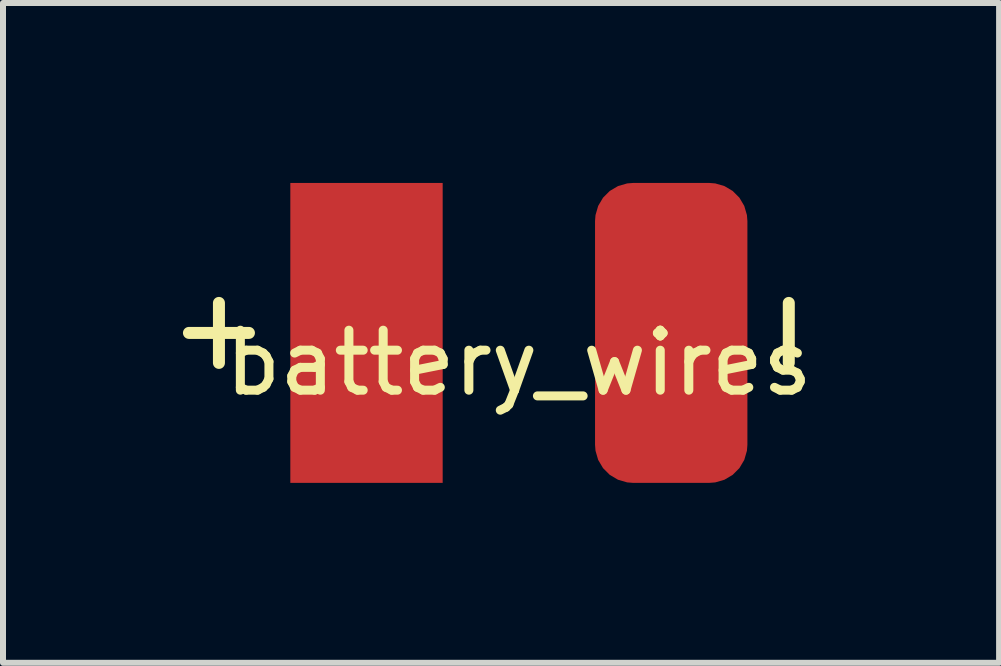
<source format=kicad_pcb>
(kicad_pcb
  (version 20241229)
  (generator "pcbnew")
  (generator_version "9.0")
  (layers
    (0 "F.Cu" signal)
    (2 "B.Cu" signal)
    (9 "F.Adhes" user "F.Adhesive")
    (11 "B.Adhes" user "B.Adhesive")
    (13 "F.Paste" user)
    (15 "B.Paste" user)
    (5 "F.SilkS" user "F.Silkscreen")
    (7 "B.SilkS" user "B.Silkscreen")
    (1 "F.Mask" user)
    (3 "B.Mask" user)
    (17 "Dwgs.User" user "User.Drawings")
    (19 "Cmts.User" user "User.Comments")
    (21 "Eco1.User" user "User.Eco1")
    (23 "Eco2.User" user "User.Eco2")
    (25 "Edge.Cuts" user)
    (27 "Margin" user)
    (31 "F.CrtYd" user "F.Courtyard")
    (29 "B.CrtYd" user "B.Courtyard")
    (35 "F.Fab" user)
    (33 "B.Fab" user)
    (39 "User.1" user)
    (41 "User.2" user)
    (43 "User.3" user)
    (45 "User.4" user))
  (footprint "battery_wires"
    (layer "F.Cu")
    (at 5.6 2.5)
    (property "Reference" "battery_wires" (at 0 0.5 0) (layer "F.SilkS") (effects (font (size 1 1) (thickness 0.15))))
    (attr through_hole)
    (fp_line (start -5 -0.5) (end -5 0.5) (stroke (width 0.2) (type solid)) (layer "F.SilkS"))
    (fp_line (start -4.5 0) (end -5.5 0) (stroke (width 0.2) (type solid)) (layer "F.SilkS"))
    (fp_line (start 4.5 0.5) (end 4.5 -0.5) (stroke (width 0.2) (type solid)) (layer "F.SilkS"))
    (pad "1" smd rect (at -2.54 0) (size 2.54 5) (layers "F.Cu" "F.Mask" "F.Paste"))
    (pad "2" smd roundrect (at 2.54 0) (size 2.54 5) (layers "F.Cu" "F.Mask" "F.Paste") (roundrect_rratio 0.25)))
  (gr_rect
    (start -3 -3)
    (end 13.606 8)
    (stroke (width 0.1) (type default))
    (fill no)
    (layer "Edge.Cuts")))
</source>
